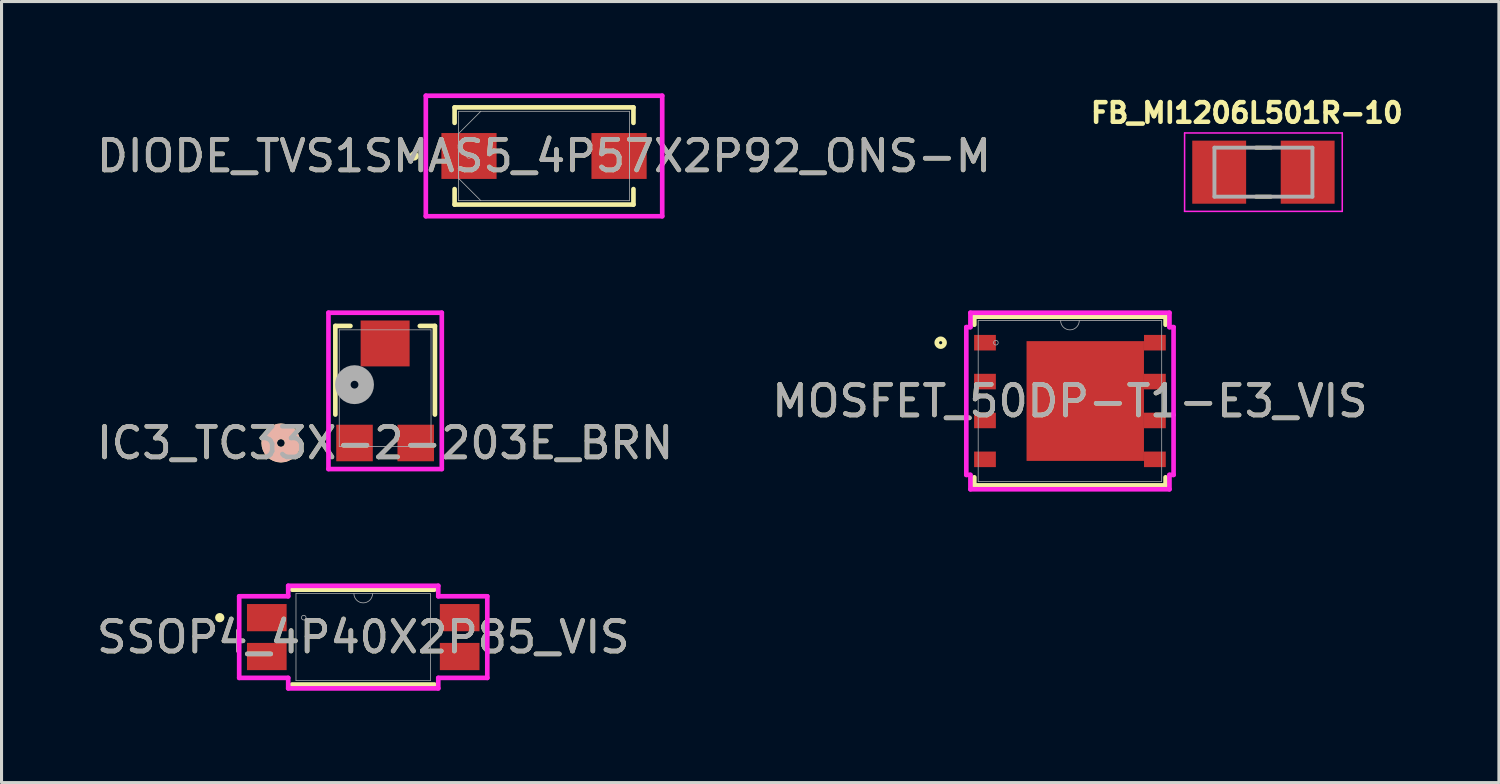
<source format=kicad_pcb>
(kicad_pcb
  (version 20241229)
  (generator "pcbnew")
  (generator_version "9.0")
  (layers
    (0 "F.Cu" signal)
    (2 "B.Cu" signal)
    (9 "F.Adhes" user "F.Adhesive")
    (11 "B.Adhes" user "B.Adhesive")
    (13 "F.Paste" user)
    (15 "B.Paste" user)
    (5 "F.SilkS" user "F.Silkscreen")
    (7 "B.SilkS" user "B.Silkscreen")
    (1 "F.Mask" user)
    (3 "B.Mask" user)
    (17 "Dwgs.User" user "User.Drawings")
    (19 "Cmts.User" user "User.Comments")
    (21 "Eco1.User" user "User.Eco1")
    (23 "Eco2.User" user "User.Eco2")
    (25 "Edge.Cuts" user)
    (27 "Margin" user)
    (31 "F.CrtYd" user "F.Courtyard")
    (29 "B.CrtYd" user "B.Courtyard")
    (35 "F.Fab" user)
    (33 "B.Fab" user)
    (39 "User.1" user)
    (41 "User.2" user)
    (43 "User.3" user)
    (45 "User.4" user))
  (footprint "SSOP4_4P40X2P85_VIS"
    (layer "F.Cu")
    (at 8.815 17.76)
    (property "Reference" "SSOP4_4P40X2P85_VIS" (at 0 0 0) (unlocked yes) (layer "F.SilkS") (effects (font (size 1 1) (thickness 0.15))))
    (attr smd)
    (fp_line (start -2.324 1.549) (end 2.324 1.549) (stroke (width 0.152) (type solid)) (layer "F.SilkS"))
    (fp_line (start 2.324 -1.549) (end -2.324 -1.549) (stroke (width 0.152) (type solid)) (layer "F.SilkS"))
    (fp_circle (center -4.687 -0.635) (end -4.611 -0.635) (stroke (width 0.152) (type solid)) (fill no) (layer "F.SilkS"))
    (fp_line (start -4.052 -1.333) (end -2.451 -1.333) (stroke (width 0.152) (type solid)) (layer "F.CrtYd"))
    (fp_line (start -4.052 1.333) (end -4.052 -1.333) (stroke (width 0.152) (type solid)) (layer "F.CrtYd"))
    (fp_line (start -4.052 1.333) (end -2.451 1.333) (stroke (width 0.152) (type solid)) (layer "F.CrtYd"))
    (fp_line (start -2.451 -1.676) (end 2.451 -1.676) (stroke (width 0.152) (type solid)) (layer "F.CrtYd"))
    (fp_line (start -2.451 -1.333) (end -2.451 -1.676) (stroke (width 0.152) (type solid)) (layer "F.CrtYd"))
    (fp_line (start -2.451 1.676) (end -2.451 1.333) (stroke (width 0.152) (type solid)) (layer "F.CrtYd"))
    (fp_line (start 2.451 -1.676) (end 2.451 -1.333) (stroke (width 0.152) (type solid)) (layer "F.CrtYd"))
    (fp_line (start 2.451 1.333) (end 2.451 1.676) (stroke (width 0.152) (type solid)) (layer "F.CrtYd"))
    (fp_line (start 2.451 1.676) (end -2.451 1.676) (stroke (width 0.152) (type solid)) (layer "F.CrtYd"))
    (fp_line (start 4.052 -1.333) (end 2.451 -1.333) (stroke (width 0.152) (type solid)) (layer "F.CrtYd"))
    (fp_line (start 4.052 -1.333) (end 4.052 1.333) (stroke (width 0.152) (type solid)) (layer "F.CrtYd"))
    (fp_line (start 4.052 1.333) (end 2.451 1.333) (stroke (width 0.152) (type solid)) (layer "F.CrtYd"))
    (fp_line (start -2.197 -1.422) (end -2.197 1.422) (stroke (width 0.025) (type solid)) (layer "F.Fab"))
    (fp_line (start -2.197 1.422) (end 2.197 1.422) (stroke (width 0.025) (type solid)) (layer "F.Fab"))
    (fp_line (start 2.197 -1.422) (end -2.197 -1.422) (stroke (width 0.025) (type solid)) (layer "F.Fab"))
    (fp_line (start 2.197 1.422) (end 2.197 -1.422) (stroke (width 0.025) (type solid)) (layer "F.Fab"))
    (fp_arc (start 0.3048 -1.4224) (mid 0 -1.1176) (end -0.3048 -1.4224) (stroke (width 0.0254) (type solid)) (layer "F.Fab"))
    (fp_circle (center -1.943 -0.635) (end -1.867 -0.635) (stroke (width 0.025) (type solid)) (fill no) (layer "F.Fab"))
    (fp_text user "${REFERENCE}" (at 0 0 0) (unlocked yes) (layer "F.Fab") (effects (font (size 1 1) (thickness 0.15))))
    (pad "1" smd rect (at -3.15 -0.635) (size 1.295 0.889) (layers "F.Cu" "F.Mask" "F.Paste"))
    (pad "2" smd rect (at -3.15 0.635) (size 1.295 0.889) (layers "F.Cu" "F.Mask" "F.Paste"))
    (pad "3" smd rect (at 3.15 0.635) (size 1.295 0.889) (layers "F.Cu" "F.Mask" "F.Paste"))
    (pad "4" smd rect (at 3.15 -0.635) (size 1.295 0.889) (layers "F.Cu" "F.Mask" "F.Paste")))
  (footprint "FB_MI1206L501R-10"
    (layer "F.Cu")
    (at 38.219 2.574)
    (property "Reference" "FB_MI1206L501R-10" (at -0.543 -1.936 0) (layer "F.SilkS") (effects (font (size 0.64 0.64) (thickness 0.15))))
    (attr smd)
    (fp_line (start -0.245 -0.8) (end 0.245 -0.8) (stroke (width 0.127) (type solid)) (layer "F.SilkS"))
    (fp_line (start -0.245 0.8) (end 0.245 0.8) (stroke (width 0.127) (type solid)) (layer "F.SilkS"))
    (fp_line (start -2.575 -1.28) (end -2.575 1.28) (stroke (width 0.05) (type solid)) (layer "F.CrtYd"))
    (fp_line (start -2.575 1.28) (end 2.575 1.28) (stroke (width 0.05) (type solid)) (layer "F.CrtYd"))
    (fp_line (start 2.575 -1.28) (end -2.575 -1.28) (stroke (width 0.05) (type solid)) (layer "F.CrtYd"))
    (fp_line (start 2.575 1.28) (end 2.575 -1.28) (stroke (width 0.05) (type solid)) (layer "F.CrtYd"))
    (fp_line (start -1.6 -0.8) (end -1.6 0.8) (stroke (width 0.127) (type solid)) (layer "F.Fab"))
    (fp_line (start -1.6 -0.8) (end 1.6 -0.8) (stroke (width 0.127) (type solid)) (layer "F.Fab"))
    (fp_line (start -1.6 0.8) (end 1.6 0.8) (stroke (width 0.127) (type solid)) (layer "F.Fab"))
    (fp_line (start 1.6 -0.8) (end 1.6 0.8) (stroke (width 0.127) (type solid)) (layer "F.Fab"))
    (pad "1" smd rect (at -1.445 0) (size 1.76 2.06) (layers "F.Cu" "F.Mask" "F.Paste"))
    (pad "2" smd rect (at 1.445 0) (size 1.76 2.06) (layers "F.Cu" "F.Mask" "F.Paste")))
  (footprint "DIODE_TVS1SMAS5_4P57X2P92_ONS-M"
    (layer "F.Cu")
    (at 14.72 2.045)
    (property "Reference" "DIODE_TVS1SMAS5_4P57X2P92_ONS-M" (at 0 0 0) (unlocked yes) (layer "F.SilkS") (effects (font (size 1 1) (thickness 0.15))))
    (attr smd)
    (fp_line (start -2.921 -1.587) (end -2.921 -1.082) (stroke (width 0.152) (type solid)) (layer "F.SilkS"))
    (fp_line (start -2.921 1.082) (end -2.921 1.587) (stroke (width 0.152) (type solid)) (layer "F.SilkS"))
    (fp_line (start -2.921 1.587) (end 2.921 1.587) (stroke (width 0.152) (type solid)) (layer "F.SilkS"))
    (fp_line (start 2.921 -1.587) (end -2.921 -1.587) (stroke (width 0.152) (type solid)) (layer "F.SilkS"))
    (fp_line (start 2.921 -1.082) (end 2.921 -1.587) (stroke (width 0.152) (type solid)) (layer "F.SilkS"))
    (fp_line (start 2.921 1.587) (end 2.921 1.082) (stroke (width 0.152) (type solid)) (layer "F.SilkS"))
    (fp_circle (center -4.242 0) (end -4.166 0) (stroke (width 0.152) (type solid)) (fill no) (layer "F.SilkS"))
    (fp_line (start -3.861 -1.968) (end 3.861 -1.968) (stroke (width 0.152) (type solid)) (layer "F.CrtYd"))
    (fp_line (start -3.861 1.968) (end -3.861 -1.968) (stroke (width 0.152) (type solid)) (layer "F.CrtYd"))
    (fp_line (start 3.861 -1.968) (end 3.861 1.968) (stroke (width 0.152) (type solid)) (layer "F.CrtYd"))
    (fp_line (start 3.861 1.968) (end -3.861 1.968) (stroke (width 0.152) (type solid)) (layer "F.CrtYd"))
    (fp_line (start -2.794 -1.46) (end -2.794 1.46) (stroke (width 0.025) (type solid)) (layer "F.Fab"))
    (fp_line (start -2.794 -0.73) (end -2.064 -1.46) (stroke (width 0.025) (type solid)) (layer "F.Fab"))
    (fp_line (start -2.794 -0.724) (end -2.794 -0.724) (stroke (width 0.025) (type solid)) (layer "F.Fab"))
    (fp_line (start -2.794 -0.724) (end -2.794 0.724) (stroke (width 0.025) (type solid)) (layer "F.Fab"))
    (fp_line (start -2.794 0.724) (end -2.794 -0.724) (stroke (width 0.025) (type solid)) (layer "F.Fab"))
    (fp_line (start -2.794 0.724) (end -2.794 0.724) (stroke (width 0.025) (type solid)) (layer "F.Fab"))
    (fp_line (start -2.794 0.73) (end -2.064 1.46) (stroke (width 0.025) (type solid)) (layer "F.Fab"))
    (fp_line (start -2.794 1.46) (end 2.794 1.46) (stroke (width 0.025) (type solid)) (layer "F.Fab"))
    (fp_line (start 2.794 -1.46) (end -2.794 -1.46) (stroke (width 0.025) (type solid)) (layer "F.Fab"))
    (fp_line (start 2.794 -0.724) (end 2.794 -0.724) (stroke (width 0.025) (type solid)) (layer "F.Fab"))
    (fp_line (start 2.794 -0.724) (end 2.794 0.724) (stroke (width 0.025) (type solid)) (layer "F.Fab"))
    (fp_line (start 2.794 0.724) (end 2.794 -0.724) (stroke (width 0.025) (type solid)) (layer "F.Fab"))
    (fp_line (start 2.794 0.724) (end 2.794 0.724) (stroke (width 0.025) (type solid)) (layer "F.Fab"))
    (fp_line (start 2.794 1.46) (end 2.794 -1.46) (stroke (width 0.025) (type solid)) (layer "F.Fab"))
    (fp_circle (center -2.451 0) (end -2.375 0) (stroke (width 0.025) (type solid)) (fill no) (layer "F.Fab"))
    (fp_text user "${REFERENCE}" (at 0 0 0) (unlocked yes) (layer "F.Fab") (effects (font (size 1 1) (thickness 0.15))))
    (pad "1" smd rect (at -2.451 0) (size 1.803 1.499) (layers "F.Cu" "F.Mask" "F.Paste"))
    (pad "2" smd rect (at 2.451 0) (size 1.803 1.499) (layers "F.Cu" "F.Mask" "F.Paste"))
    (zone (net_name "") (layer "F.Cu") (hatch full 0.508) (connect_pads) (min_thickness 0.254) (filled_areas_thickness no) (keepout (tracks not_allowed) (vias not_allowed) (pads allowed) (copperpour not_allowed) (footprints allowed)) (placement (enabled no)) (fill) (polygon (pts (xy 13.222 0.635) (xy 16.219 0.635) (xy 16.219 3.454) (xy 13.222 3.454)))))
  (footprint "MOSFET_50DP-T1-E3_VIS"
    (layer "F.Cu")
    (at 31.899 10.049)
    (property "Reference" "MOSFET_50DP-T1-E3_VIS" (at 0 0 0) (unlocked yes) (layer "F.SilkS") (effects (font (size 1 1) (thickness 0.15))))
    (attr smd)
    (fp_poly (pts (xy -1.416 -1.956) (xy -1.416 1.956) (xy 2.419 1.956) (xy 2.419 2.159) (xy 3.131 2.159) (xy 3.131 1.651) (xy 2.419 1.651) (xy 2.419 0.889) (xy 3.131 0.889) (xy 3.131 0.381) (xy 2.419 0.381) (xy 2.419 -0.381) (xy 3.131 -0.381) (xy 3.131 -0.889) (xy 2.419 -0.889) (xy 2.419 -1.651) (xy 3.131 -1.651) (xy 3.131 -2.159) (xy 2.419 -2.159) (xy 2.419 -1.956)) (stroke (width 0) (type solid)) (fill yes) (layer "F.Mask"))
    (fp_line (start -3.124 -2.756) (end -3.124 -2.492) (stroke (width 0.152) (type solid)) (layer "F.SilkS"))
    (fp_line (start -3.124 2.492) (end -3.124 2.756) (stroke (width 0.152) (type solid)) (layer "F.SilkS"))
    (fp_line (start -3.124 2.756) (end 3.124 2.756) (stroke (width 0.152) (type solid)) (layer "F.SilkS"))
    (fp_line (start 3.124 -2.756) (end -3.124 -2.756) (stroke (width 0.152) (type solid)) (layer "F.SilkS"))
    (fp_line (start 3.124 -2.492) (end 3.124 -2.756) (stroke (width 0.152) (type solid)) (layer "F.SilkS"))
    (fp_line (start 3.124 2.756) (end 3.124 2.492) (stroke (width 0.152) (type solid)) (layer "F.SilkS"))
    (fp_circle (center -4.223 -1.905) (end -4.096 -1.905) (stroke (width 0.152) (type solid)) (fill no) (layer "F.SilkS"))
    (fp_poly (pts (xy -1.818 -1.856) (xy -1.818 -0.752) (xy -0.739 -0.752) (xy -0.739 -1.856)) (stroke (width 0) (type solid)) (fill yes) (layer "F.Paste"))
    (fp_poly (pts (xy -1.818 -0.552) (xy -1.818 0.552) (xy -0.739 0.552) (xy -0.739 -0.552)) (stroke (width 0) (type solid)) (fill yes) (layer "F.Paste"))
    (fp_poly (pts (xy -1.818 0.752) (xy -1.818 1.856) (xy -0.739 1.856) (xy -0.739 0.752)) (stroke (width 0) (type solid)) (fill yes) (layer "F.Paste"))
    (fp_poly (pts (xy -0.539 -1.856) (xy -0.539 -0.752) (xy 0.539 -0.752) (xy 0.539 -1.856)) (stroke (width 0) (type solid)) (fill yes) (layer "F.Paste"))
    (fp_poly (pts (xy -0.539 -0.552) (xy -0.539 0.552) (xy 0.539 0.552) (xy 0.539 -0.552)) (stroke (width 0) (type solid)) (fill yes) (layer "F.Paste"))
    (fp_poly (pts (xy -0.539 0.752) (xy -0.539 1.856) (xy 0.539 1.856) (xy 0.539 0.752)) (stroke (width 0) (type solid)) (fill yes) (layer "F.Paste"))
    (fp_poly (pts (xy 0.739 -1.856) (xy 0.739 -0.752) (xy 1.818 -0.752) (xy 1.818 -1.856)) (stroke (width 0) (type solid)) (fill yes) (layer "F.Paste"))
    (fp_poly (pts (xy 0.739 -0.552) (xy 0.739 0.552) (xy 1.818 0.552) (xy 1.818 -0.552)) (stroke (width 0) (type solid)) (fill yes) (layer "F.Paste"))
    (fp_poly (pts (xy 0.739 0.752) (xy 0.739 1.856) (xy 1.818 1.856) (xy 1.818 0.752)) (stroke (width 0) (type solid)) (fill yes) (layer "F.Paste"))
    (fp_poly (pts (xy -1.416 -1.956) (xy -1.416 1.956) (xy 2.419 1.956) (xy 2.419 2.159) (xy 3.131 2.159) (xy 3.131 1.651) (xy 2.419 1.651) (xy 2.419 0.889) (xy 3.131 0.889) (xy 3.131 0.381) (xy 2.419 0.381) (xy 2.419 -0.381) (xy 3.131 -0.381) (xy 3.131 -0.889) (xy 2.419 -0.889) (xy 2.419 -1.651) (xy 3.131 -1.651) (xy 3.131 -2.159) (xy 2.419 -2.159) (xy 2.419 -1.956)) (stroke (width 0) (type solid)) (fill yes) (layer "F.Paste"))
    (fp_line (start -3.385 -2.413) (end -3.251 -2.413) (stroke (width 0.152) (type solid)) (layer "F.CrtYd"))
    (fp_line (start -3.385 2.413) (end -3.385 -2.413) (stroke (width 0.152) (type solid)) (layer "F.CrtYd"))
    (fp_line (start -3.385 2.413) (end -3.251 2.413) (stroke (width 0.152) (type solid)) (layer "F.CrtYd"))
    (fp_line (start -3.251 -2.883) (end 3.251 -2.883) (stroke (width 0.152) (type solid)) (layer "F.CrtYd"))
    (fp_line (start -3.251 -2.413) (end -3.251 -2.883) (stroke (width 0.152) (type solid)) (layer "F.CrtYd"))
    (fp_line (start -3.251 2.883) (end -3.251 2.413) (stroke (width 0.152) (type solid)) (layer "F.CrtYd"))
    (fp_line (start 3.251 -2.883) (end 3.251 -2.413) (stroke (width 0.152) (type solid)) (layer "F.CrtYd"))
    (fp_line (start 3.251 2.413) (end 3.251 2.883) (stroke (width 0.152) (type solid)) (layer "F.CrtYd"))
    (fp_line (start 3.251 2.883) (end -3.251 2.883) (stroke (width 0.152) (type solid)) (layer "F.CrtYd"))
    (fp_line (start 3.385 -2.413) (end 3.251 -2.413) (stroke (width 0.152) (type solid)) (layer "F.CrtYd"))
    (fp_line (start 3.385 -2.413) (end 3.385 2.413) (stroke (width 0.152) (type solid)) (layer "F.CrtYd"))
    (fp_line (start 3.385 2.413) (end 3.251 2.413) (stroke (width 0.152) (type solid)) (layer "F.CrtYd"))
    (fp_line (start -2.997 -2.629) (end -2.997 2.629) (stroke (width 0.025) (type solid)) (layer "F.Fab"))
    (fp_line (start -2.997 2.629) (end 2.997 2.629) (stroke (width 0.025) (type solid)) (layer "F.Fab"))
    (fp_line (start 2.997 -2.629) (end -2.997 -2.629) (stroke (width 0.025) (type solid)) (layer "F.Fab"))
    (fp_line (start 2.997 2.629) (end 2.997 -2.629) (stroke (width 0.025) (type solid)) (layer "F.Fab"))
    (fp_arc (start 0.3048 -2.6289) (mid 0 -2.3241) (end -0.3048 -2.6289) (stroke (width 0.0254) (type solid)) (layer "F.Fab"))
    (fp_circle (center -2.419 -1.905) (end -2.343 -1.905) (stroke (width 0.025) (type solid)) (fill no) (layer "F.Fab"))
    (fp_text user "${REFERENCE}" (at 0 0 0) (unlocked yes) (layer "F.Fab") (effects (font (size 1 1) (thickness 0.15))))
    (pad "D" smd rect (at 0.5 0) (size 3.835 3.912) (layers "F.Cu" "F.Mask" "F.Paste"))
    (pad "D" smd rect (at 2.775 -1.905) (size 0.711 0.508) (layers "F.Cu" "F.Mask" "F.Paste"))
    (pad "D" smd rect (at 2.775 -0.635) (size 0.711 0.508) (layers "F.Cu" "F.Mask" "F.Paste"))
    (pad "D" smd rect (at 2.775 0.635) (size 0.711 0.508) (layers "F.Cu" "F.Mask" "F.Paste"))
    (pad "D" smd rect (at 2.775 1.905) (size 0.711 0.508) (layers "F.Cu" "F.Mask" "F.Paste"))
    (pad "G" smd rect (at -2.775 1.905) (size 0.711 0.508) (layers "F.Cu" "F.Mask" "F.Paste"))
    (pad "S" smd rect (at -2.775 -1.905) (size 0.711 0.508) (layers "F.Cu" "F.Mask" "F.Paste"))
    (pad "S" smd rect (at -2.775 -0.635) (size 0.711 0.508) (layers "F.Cu" "F.Mask" "F.Paste"))
    (pad "S" smd rect (at -2.775 0.635) (size 0.711 0.508) (layers "F.Cu" "F.Mask" "F.Paste")))
  (footprint "IC3_TC33X-2-203E_BRN"
    (layer "F.Cu")
    (at 9.53 9.629)
    (property "Reference" "IC3_TC33X-2-203E_BRN" (at 0 1.791 0) (unlocked yes) (layer "F.SilkS") (effects (font (size 1 1) (thickness 0.15))))
    (attr smd)
    (fp_line (start -1.626 -2.032) (end -1.626 0.862) (stroke (width 0.152) (type solid)) (layer "F.SilkS"))
    (fp_line (start -1.133 -2.032) (end -1.626 -2.032) (stroke (width 0.152) (type solid)) (layer "F.SilkS"))
    (fp_line (start 1.626 -2.032) (end 1.133 -2.032) (stroke (width 0.152) (type solid)) (layer "F.SilkS"))
    (fp_line (start 1.626 0.862) (end 1.626 -2.032) (stroke (width 0.152) (type solid)) (layer "F.SilkS"))
    (fp_circle (center -3.404 1.791) (end -3.023 1.791) (stroke (width 0.508) (type solid)) (fill no) (layer "F.SilkS"))
    (fp_circle (center -3.404 1.791) (end -3.023 1.791) (stroke (width 0.508) (type solid)) (fill no) (layer "B.SilkS"))
    (fp_line (start -1.851 -2.464) (end -1.851 2.642) (stroke (width 0.152) (type solid)) (layer "F.CrtYd"))
    (fp_line (start -1.851 2.642) (end 1.851 2.642) (stroke (width 0.152) (type solid)) (layer "F.CrtYd"))
    (fp_line (start 1.851 -2.464) (end -1.851 -2.464) (stroke (width 0.152) (type solid)) (layer "F.CrtYd"))
    (fp_line (start 1.851 2.642) (end 1.851 -2.464) (stroke (width 0.152) (type solid)) (layer "F.CrtYd"))
    (fp_line (start -1.499 -1.905) (end -1.499 1.905) (stroke (width 0.025) (type solid)) (layer "F.Fab"))
    (fp_line (start -1.499 1.905) (end 1.499 1.905) (stroke (width 0.025) (type solid)) (layer "F.Fab"))
    (fp_line (start 1.499 -1.905) (end -1.499 -1.905) (stroke (width 0.025) (type solid)) (layer "F.Fab"))
    (fp_line (start 1.499 1.905) (end 1.499 -1.905) (stroke (width 0.025) (type solid)) (layer "F.Fab"))
    (fp_circle (center -1 -0.114) (end -0.619 -0.114) (stroke (width 0.508) (type solid)) (fill no) (layer "F.Fab"))
    (fp_text user "${REFERENCE}" (at 0 1.791 0) (unlocked yes) (layer "F.Fab") (effects (font (size 1 1) (thickness 0.15))))
    (pad "1" smd rect (at -1 1.791) (size 1.194 1.194) (layers "F.Cu" "F.Mask" "F.Paste"))
    (pad "2" smd rect (at 0 -1.46) (size 1.6 1.499) (layers "F.Cu" "F.Mask" "F.Paste"))
    (pad "3" smd rect (at 1 1.791) (size 1.194 1.194) (layers "F.Cu" "F.Mask" "F.Paste")))
  (gr_rect
    (start -3 -3)
    (end 45.911 22.513)
    (stroke (width 0.1) (type default))
    (fill no)
    (layer "Edge.Cuts")))
</source>
